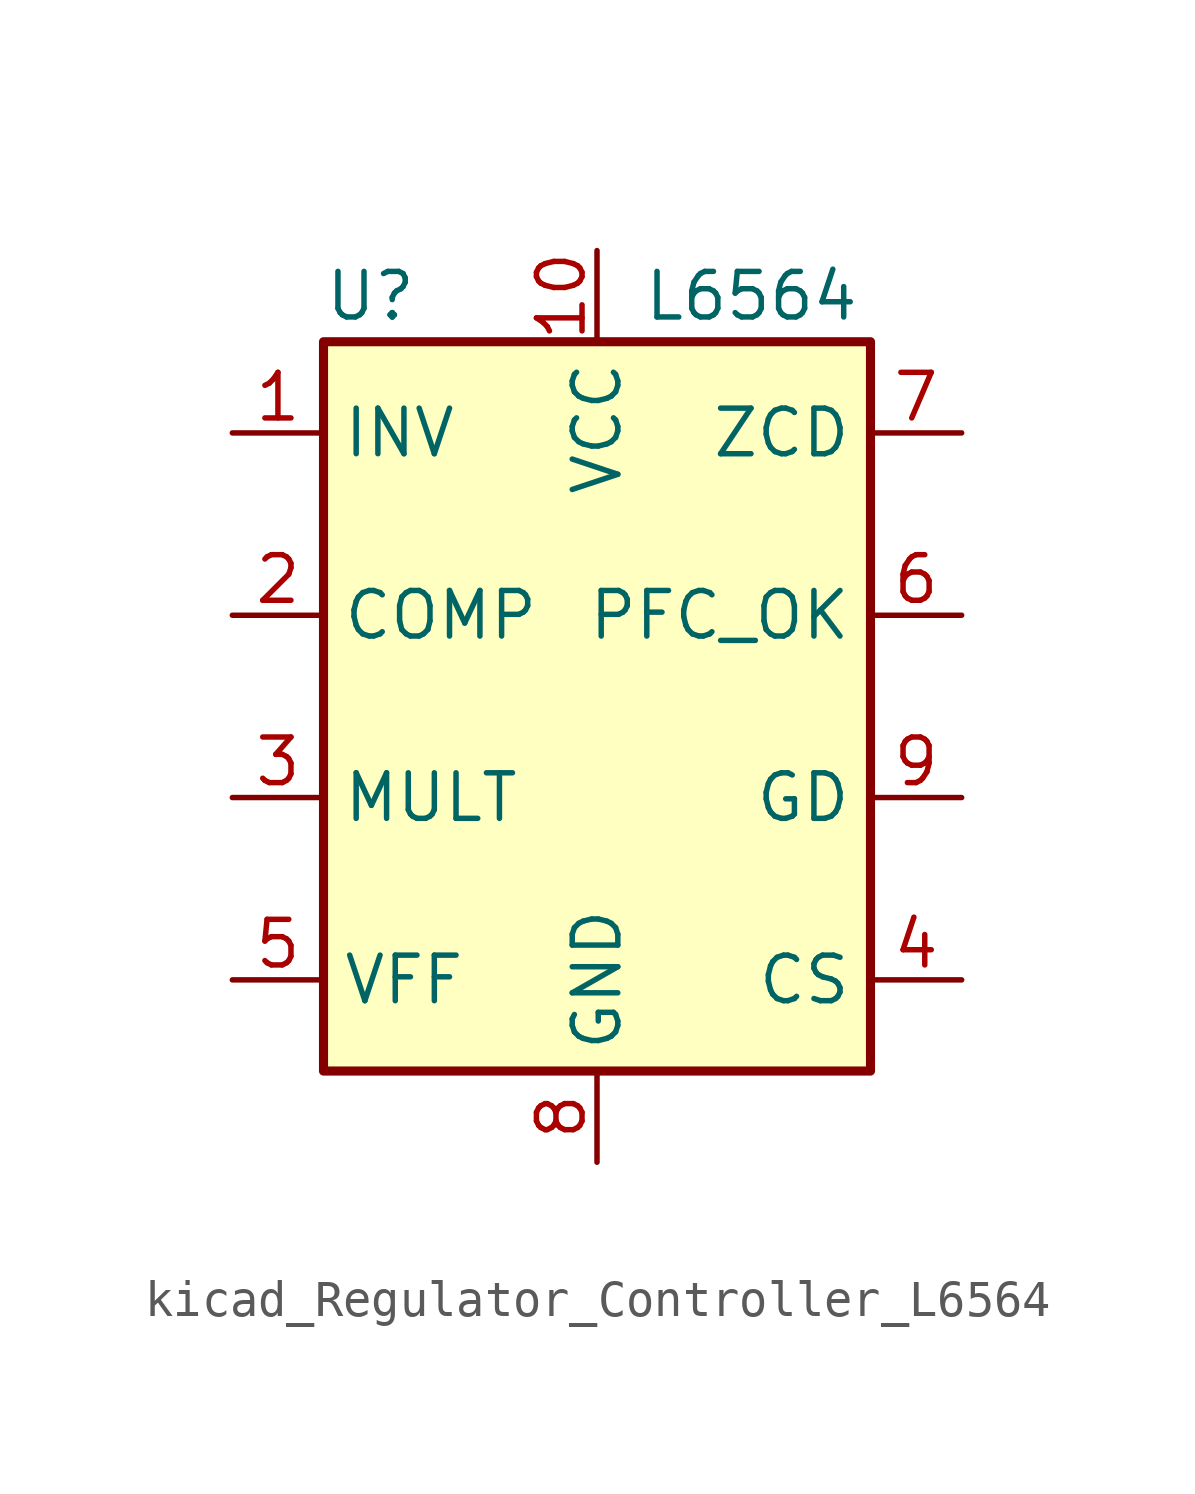
<source format=kicad_sym>
(kicad_symbol_lib
  (version 20220914)
  (generator kicad_symbol_editor)
  (symbol "kicad_Regulator_Controller_L6564"
    (property "Reference" "U"
      (at -7.62 11.43 0)
      (effects (font (size 1.27 1.27)) (justify left)))
    (property "Value" "L6564"
      (at 1.27 11.43 0)
      (effects (font (size 1.27 1.27)) (justify left)))
    (symbol "kicad_Regulator_Controller_L6564_0_0"
      (rectangle (start -7.62 10.16) (end 7.62 -10.16) (stroke (width 0.254) (type default)) (fill (type background))))
    (symbol "kicad_Regulator_Controller_L6564_1_1"
      (pin input line (at -10.16 7.62 0) (length 2.54) (name "INV" (effects (font (size 1.27 1.27)))) (number "1" (effects (font (size 1.27 1.27)))))
      (pin power_in line (at 0 12.7 270) (length 2.54) (name "VCC" (effects (font (size 1.27 1.27)))) (number "10" (effects (font (size 1.27 1.27)))))
      (pin output line (at -10.16 2.54 0) (length 2.54) (name "COMP" (effects (font (size 1.27 1.27)))) (number "2" (effects (font (size 1.27 1.27)))))
      (pin input line (at -10.16 -2.54 0) (length 2.54) (name "MULT" (effects (font (size 1.27 1.27)))) (number "3" (effects (font (size 1.27 1.27)))))
      (pin input line (at 10.16 -7.62 180) (length 2.54) (name "CS" (effects (font (size 1.27 1.27)))) (number "4" (effects (font (size 1.27 1.27)))))
      (pin passive line (at -10.16 -7.62 0) (length 2.54) (name "VFF" (effects (font (size 1.27 1.27)))) (number "5" (effects (font (size 1.27 1.27)))))
      (pin input line (at 10.16 2.54 180) (length 2.54) (name "PFC_OK" (effects (font (size 1.27 1.27)))) (number "6" (effects (font (size 1.27 1.27)))))
      (pin input line (at 10.16 7.62 180) (length 2.54) (name "ZCD" (effects (font (size 1.27 1.27)))) (number "7" (effects (font (size 1.27 1.27)))))
      (pin power_in line (at 0 -12.7 90) (length 2.54) (name "GND" (effects (font (size 1.27 1.27)))) (number "8" (effects (font (size 1.27 1.27)))))
      (pin output line (at 10.16 -2.54 180) (length 2.54) (name "GD" (effects (font (size 1.27 1.27)))) (number "9" (effects (font (size 1.27 1.27))))))))
</source>
